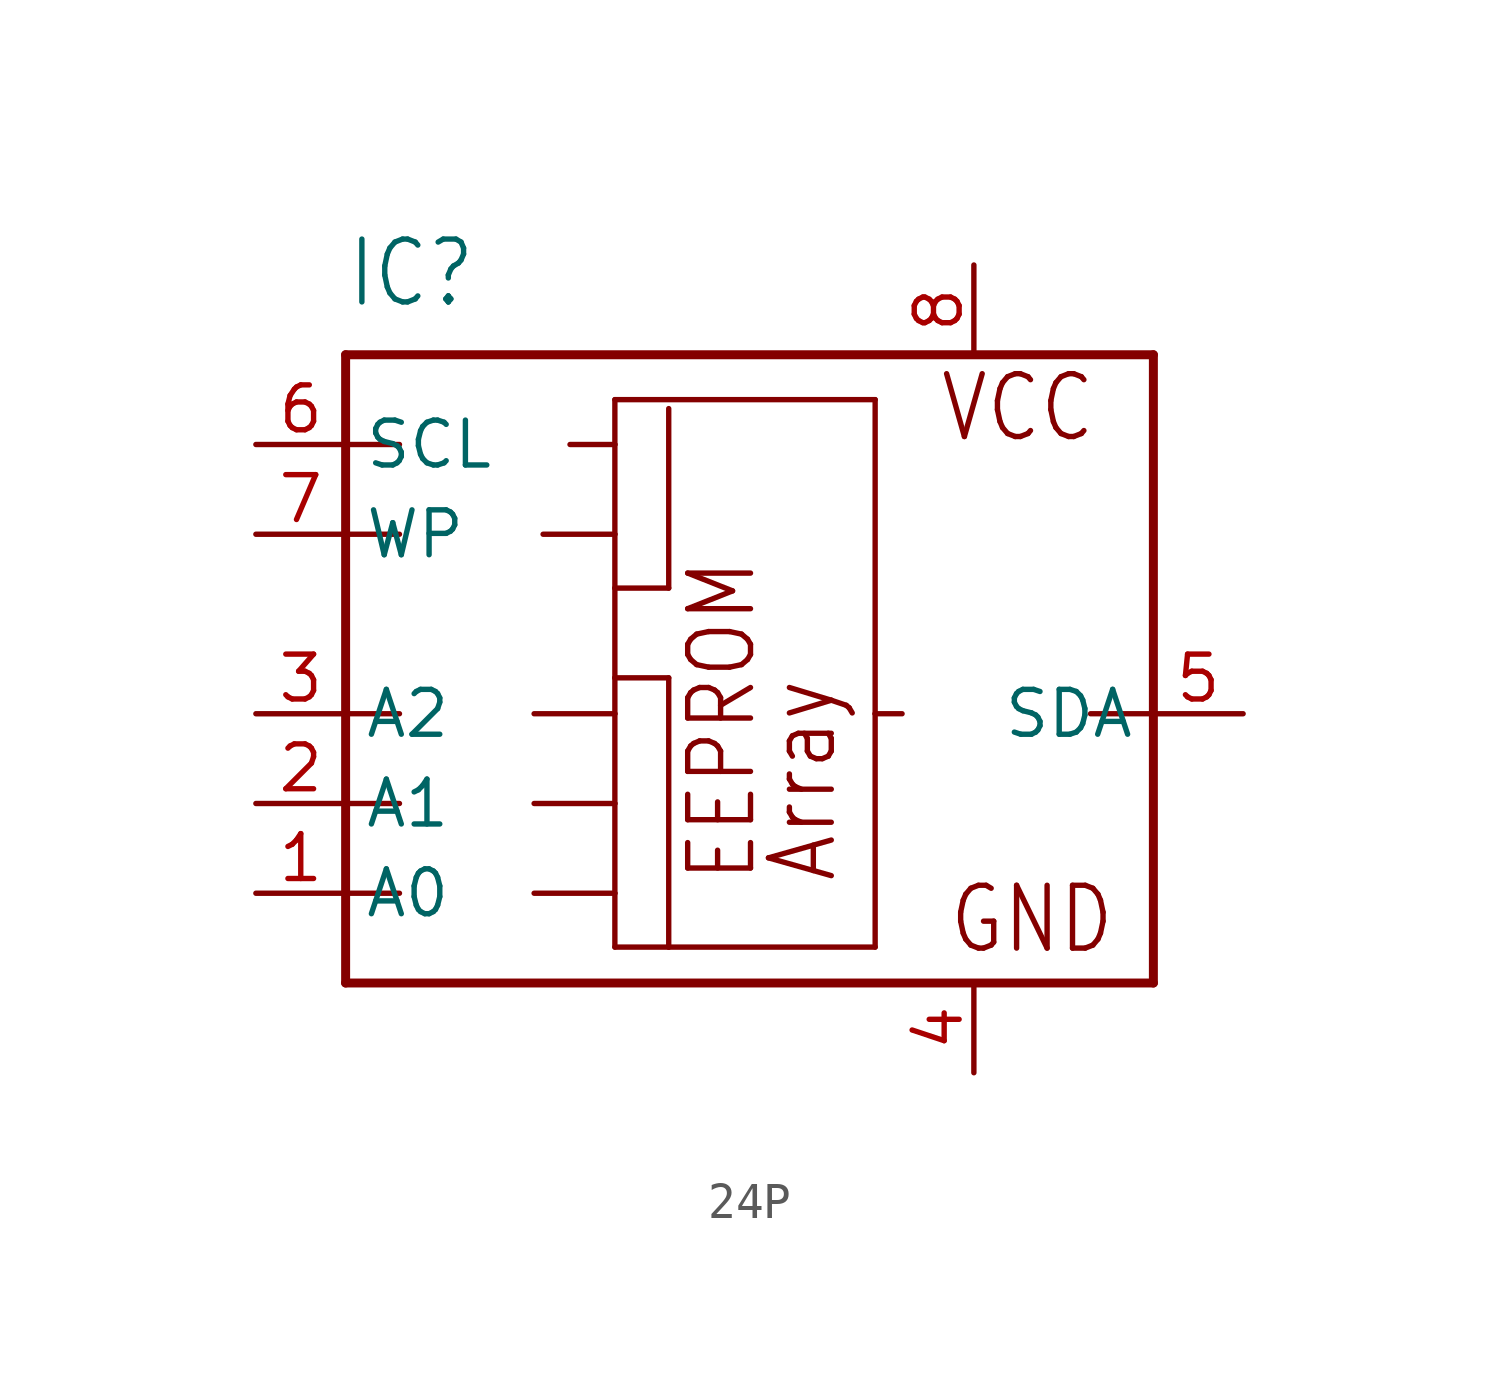
<source format=kicad_sym>
(kicad_symbol_lib
  (version 20220914)
  (generator kicad_symbol_editor)
  (symbol "24P"
    (property "Reference" "IC"
      (at -10.16 11.43 0)
      (effects (font (size 1.778 1.511)) (justify left bottom)))
    (property "Value" ""
      (at -10.16 -10.16 0)
      (effects (font (size 1.778 1.511)) (justify left bottom)))
    (property "ki_locked" ""
      (at 0 0 0)
      (effects (font (size 1.27 1.27))))
    (symbol "24P_1_0"
      (polyline (pts (xy -10.16 -7.62) (xy -10.16 -5.08)) (stroke (width 0.254) (type solid)) (fill (type none)))
      (polyline (pts (xy -10.16 -5.08) (xy -10.16 -2.54)) (stroke (width 0.254) (type solid)) (fill (type none)))
      (polyline (pts (xy -10.16 -5.08) (xy -8.636 -5.08)) (stroke (width 0.152) (type solid)) (fill (type none)))
      (polyline (pts (xy -10.16 -2.54) (xy -10.16 0)) (stroke (width 0.254) (type solid)) (fill (type none)))
      (polyline (pts (xy -10.16 -2.54) (xy -8.636 -2.54)) (stroke (width 0.152) (type solid)) (fill (type none)))
      (polyline (pts (xy -10.16 0) (xy -10.16 5.08)) (stroke (width 0.254) (type solid)) (fill (type none)))
      (polyline (pts (xy -10.16 0) (xy -8.636 0)) (stroke (width 0.152) (type solid)) (fill (type none)))
      (polyline (pts (xy -10.16 5.08) (xy -10.16 7.62)) (stroke (width 0.254) (type solid)) (fill (type none)))
      (polyline (pts (xy -10.16 5.08) (xy -8.636 5.08)) (stroke (width 0.152) (type solid)) (fill (type none)))
      (polyline (pts (xy -10.16 7.62) (xy -10.16 10.16)) (stroke (width 0.254) (type solid)) (fill (type none)))
      (polyline (pts (xy -10.16 7.62) (xy -8.636 7.62)) (stroke (width 0.152) (type solid)) (fill (type none)))
      (polyline (pts (xy -10.16 10.16) (xy 12.7 10.16)) (stroke (width 0.254) (type solid)) (fill (type none)))
      (polyline (pts (xy -4.826 -5.08) (xy -2.54 -5.08)) (stroke (width 0.152) (type solid)) (fill (type none)))
      (polyline (pts (xy -4.826 -2.54) (xy -2.54 -2.54)) (stroke (width 0.152) (type solid)) (fill (type none)))
      (polyline (pts (xy -4.826 0) (xy -2.54 0)) (stroke (width 0.152) (type solid)) (fill (type none)))
      (polyline (pts (xy -4.572 5.08) (xy -2.54 5.08)) (stroke (width 0.152) (type solid)) (fill (type none)))
      (polyline (pts (xy -3.81 7.62) (xy -2.54 7.62)) (stroke (width 0.152) (type solid)) (fill (type none)))
      (polyline (pts (xy -2.54 -6.604) (xy -2.54 -5.08)) (stroke (width 0.152) (type solid)) (fill (type none)))
      (polyline (pts (xy -2.54 -5.08) (xy -2.54 -2.54)) (stroke (width 0.152) (type solid)) (fill (type none)))
      (polyline (pts (xy -2.54 -2.54) (xy -2.54 0)) (stroke (width 0.152) (type solid)) (fill (type none)))
      (polyline (pts (xy -2.54 0) (xy -2.54 1.016)) (stroke (width 0.152) (type solid)) (fill (type none)))
      (polyline (pts (xy -2.54 1.016) (xy -2.54 3.556)) (stroke (width 0.152) (type solid)) (fill (type none)))
      (polyline (pts (xy -2.54 1.016) (xy -1.016 1.016)) (stroke (width 0.152) (type solid)) (fill (type none)))
      (polyline (pts (xy -2.54 3.556) (xy -2.54 5.08)) (stroke (width 0.152) (type solid)) (fill (type none)))
      (polyline (pts (xy -2.54 3.556) (xy -1.016 3.556)) (stroke (width 0.152) (type solid)) (fill (type none)))
      (polyline (pts (xy -2.54 5.08) (xy -2.54 7.62)) (stroke (width 0.152) (type solid)) (fill (type none)))
      (polyline (pts (xy -2.54 7.62) (xy -2.54 8.89)) (stroke (width 0.152) (type solid)) (fill (type none)))
      (polyline (pts (xy -2.54 8.89) (xy 4.826 8.89)) (stroke (width 0.152) (type solid)) (fill (type none)))
      (polyline (pts (xy -1.016 -6.604) (xy -2.54 -6.604)) (stroke (width 0.152) (type solid)) (fill (type none)))
      (polyline (pts (xy -1.016 1.016) (xy -1.016 -6.604)) (stroke (width 0.152) (type solid)) (fill (type none)))
      (polyline (pts (xy -1.016 8.636) (xy -1.016 3.556)) (stroke (width 0.152) (type solid)) (fill (type none)))
      (polyline (pts (xy 4.826 -6.604) (xy -1.016 -6.604)) (stroke (width 0.152) (type solid)) (fill (type none)))
      (polyline (pts (xy 4.826 0) (xy 4.826 -6.604)) (stroke (width 0.152) (type solid)) (fill (type none)))
      (polyline (pts (xy 4.826 8.89) (xy 4.826 0)) (stroke (width 0.152) (type solid)) (fill (type none)))
      (polyline (pts (xy 5.588 0) (xy 4.826 0)) (stroke (width 0.152) (type solid)) (fill (type none)))
      (polyline (pts (xy 12.7 -7.62) (xy -10.16 -7.62)) (stroke (width 0.254) (type solid)) (fill (type none)))
      (polyline (pts (xy 12.7 0) (xy 10.922 0)) (stroke (width 0.152) (type solid)) (fill (type none)))
      (polyline (pts (xy 12.7 0) (xy 12.7 -7.62)) (stroke (width 0.254) (type solid)) (fill (type none)))
      (polyline (pts (xy 12.7 10.16) (xy 12.7 0)) (stroke (width 0.254) (type solid)) (fill (type none)))
      (text "Array" (at 3.81 -4.826 900) (effects (font (size 1.778 1.511)) (justify left bottom)))
      (text "EEPROM" (at 1.524 -4.826 900) (effects (font (size 1.778 1.511)) (justify left bottom)))
      (text "GND" (at 6.858 -6.858 0) (effects (font (size 1.778 1.511)) (justify left bottom)))
      (text "VCC" (at 6.604 7.62 0) (effects (font (size 1.778 1.511)) (justify left bottom)))
      (pin input line (at -12.7 -5.08 0) (length 2.54) (name "A0" (effects (font (size 1.27 1.27)))) (number "1" (effects (font (size 1.27 1.27)))))
      (pin input line (at -12.7 -2.54 0) (length 2.54) (name "A1" (effects (font (size 1.27 1.27)))) (number "2" (effects (font (size 1.27 1.27)))))
      (pin input line (at -12.7 0 0) (length 2.54) (name "A2" (effects (font (size 1.27 1.27)))) (number "3" (effects (font (size 1.27 1.27)))))
      (pin power_in line (at 7.62 -10.16 90) (length 2.54) (name "GND" (effects (font (size 0 0)))) (number "4" (effects (font (size 1.27 1.27)))))
      (pin bidirectional line (at 15.24 0 180) (length 2.54) (name "SDA" (effects (font (size 1.27 1.27)))) (number "5" (effects (font (size 1.27 1.27)))))
      (pin input line (at -12.7 7.62 0) (length 2.54) (name "SCL" (effects (font (size 1.27 1.27)))) (number "6" (effects (font (size 1.27 1.27)))))
      (pin input line (at -12.7 5.08 0) (length 2.54) (name "WP" (effects (font (size 1.27 1.27)))) (number "7" (effects (font (size 1.27 1.27)))))
      (pin power_in line (at 7.62 12.7 270) (length 2.54) (name "VCC" (effects (font (size 0 0)))) (number "8" (effects (font (size 1.27 1.27))))))))
</source>
